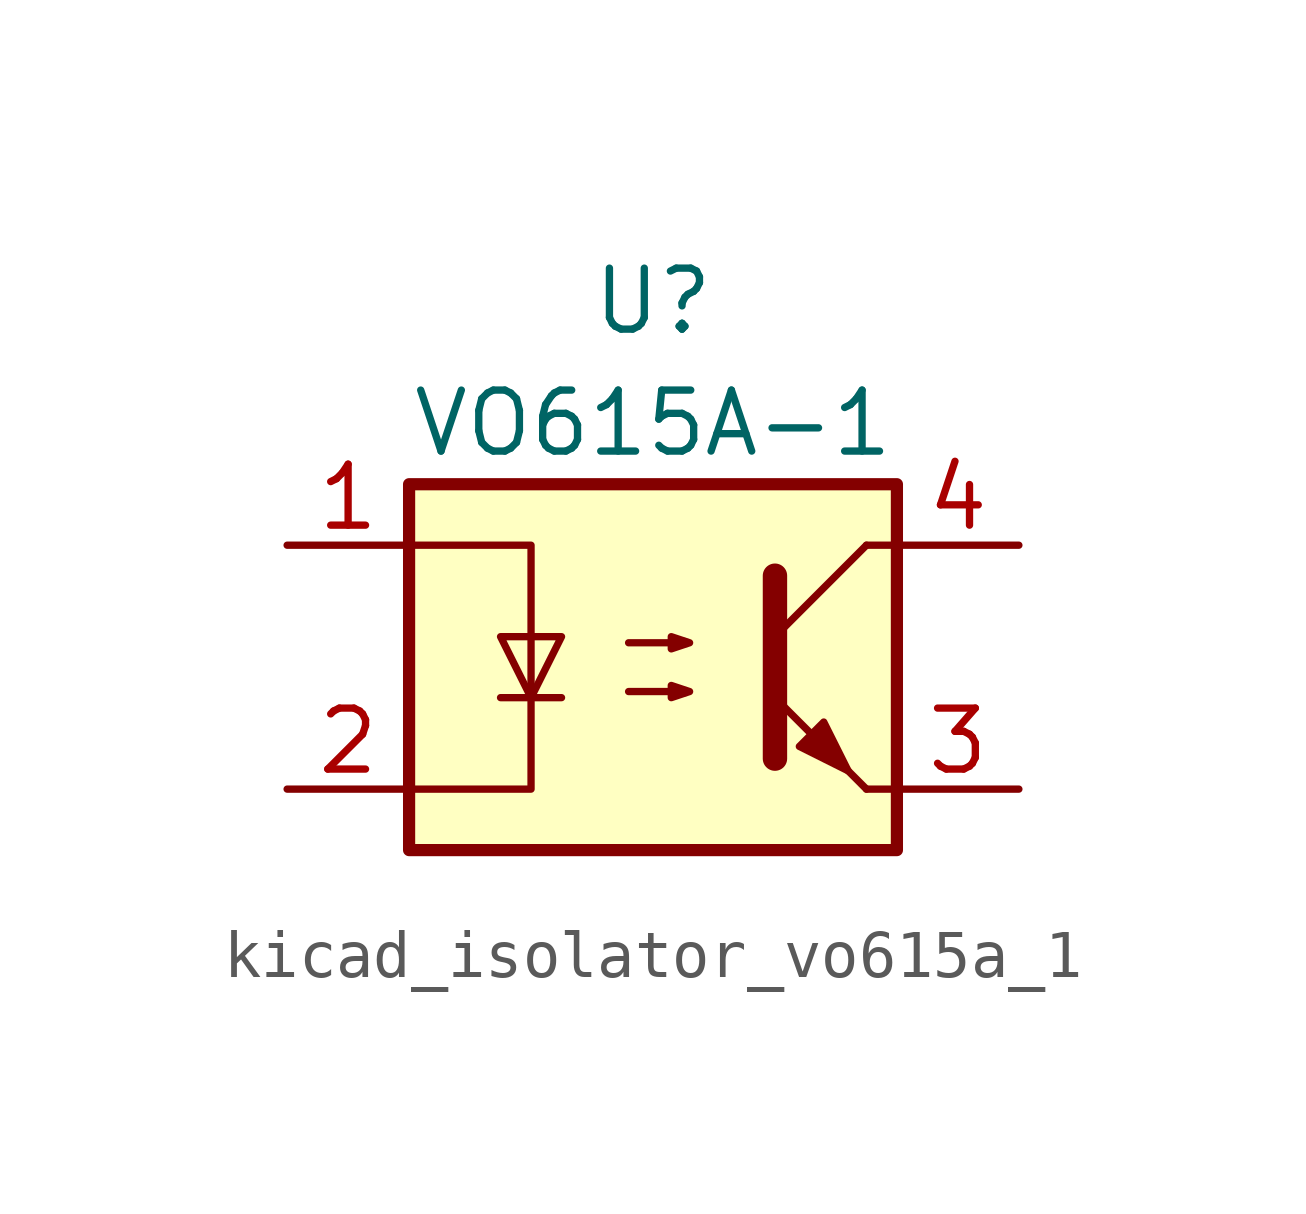
<source format=kicad_sym>
(kicad_symbol_lib
  (version 20220914)
  (generator kicad_symbol_editor)
  (symbol "kicad_isolator_vo615a_1"
    (pin_names
      (offset 0.762))
    (property "Reference" "U"
      (at 0 7.62 0)
      (effects (font (size 1.27 1.27))))
    (property "Value" "VO615A-1"
      (at 0 5.08 0)
      (effects (font (size 1.27 1.27))))
    (symbol "kicad_isolator_vo615a_1_0_1"
      (rectangle (start -5.08 3.81) (end 5.08 -3.81) (stroke (width 0.254) (type default)) (fill (type background)))
      (polyline (pts (xy -3.175 -0.635) (xy -1.905 -0.635)) (stroke (width 0) (type default)) (fill (type none)))
      (polyline (pts (xy 2.54 0.635) (xy 4.445 2.54)) (stroke (width 0) (type default)) (fill (type none)))
      (polyline (pts (xy 4.445 -2.54) (xy 2.54 -0.635)) (stroke (width 0) (type default)) (fill (type outline)))
      (polyline (pts (xy 4.445 -2.54) (xy 5.08 -2.54)) (stroke (width 0) (type default)) (fill (type none)))
      (polyline (pts (xy 4.445 2.54) (xy 5.08 2.54)) (stroke (width 0) (type default)) (fill (type none)))
      (polyline (pts (xy 2.54 1.905) (xy 2.54 -1.905) (xy 2.54 -1.905)) (stroke (width 0.508) (type default)) (fill (type none)))
      (polyline (pts (xy -5.08 2.54) (xy -2.54 2.54) (xy -2.54 -2.54) (xy -5.08 -2.54)) (stroke (width 0) (type default)) (fill (type none)))
      (polyline (pts (xy -2.54 -0.635) (xy -3.175 0.635) (xy -1.905 0.635) (xy -2.54 -0.635)) (stroke (width 0) (type default)) (fill (type none)))
      (polyline (pts (xy -0.508 -0.508) (xy 0.762 -0.508) (xy 0.381 -0.635) (xy 0.381 -0.381) (xy 0.762 -0.508)) (stroke (width 0) (type default)) (fill (type none)))
      (polyline (pts (xy -0.508 0.508) (xy 0.762 0.508) (xy 0.381 0.381) (xy 0.381 0.635) (xy 0.762 0.508)) (stroke (width 0) (type default)) (fill (type none)))
      (polyline (pts (xy 3.048 -1.651) (xy 3.556 -1.143) (xy 4.064 -2.159) (xy 3.048 -1.651) (xy 3.048 -1.651)) (stroke (width 0) (type default)) (fill (type outline))))
    (symbol "kicad_isolator_vo615a_1_1_1"
      (pin passive line (at -7.62 2.54 0) (length 2.54) (name "~" (effects (font (size 1.27 1.27)))) (number "1" (effects (font (size 1.27 1.27)))))
      (pin passive line (at -7.62 -2.54 0) (length 2.54) (name "~" (effects (font (size 1.27 1.27)))) (number "2" (effects (font (size 1.27 1.27)))))
      (pin passive line (at 7.62 -2.54 180) (length 2.54) (name "~" (effects (font (size 1.27 1.27)))) (number "3" (effects (font (size 1.27 1.27)))))
      (pin passive line (at 7.62 2.54 180) (length 2.54) (name "~" (effects (font (size 1.27 1.27)))) (number "4" (effects (font (size 1.27 1.27))))))))
</source>
